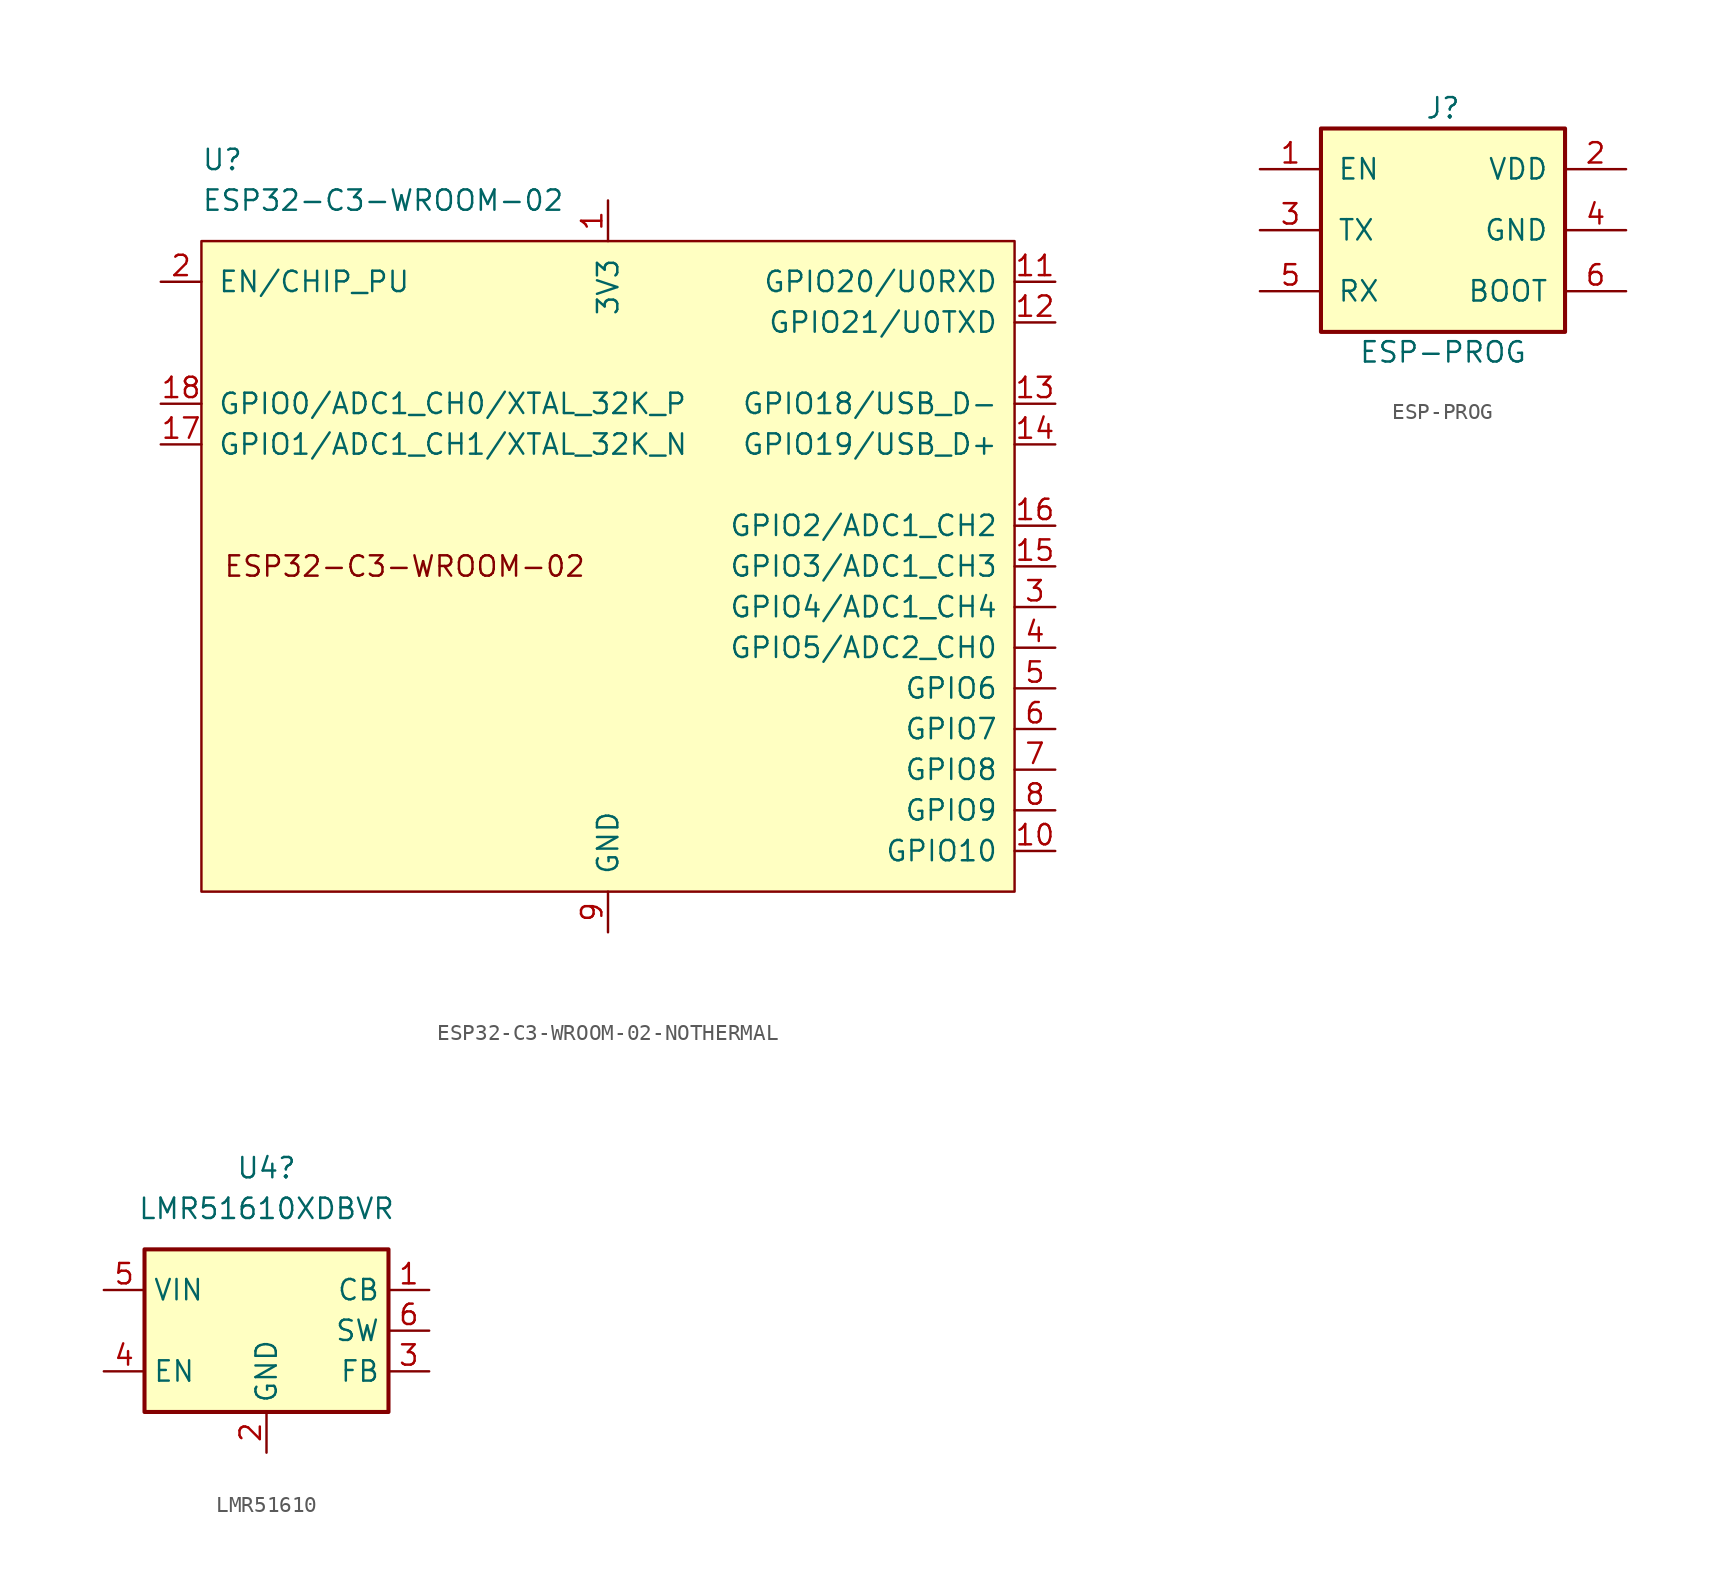
<source format=kicad_sym>
(kicad_symbol_lib
  (version 20220914)
  (generator kicad_symbol_editor)
  (symbol "ESP32-C3-WROOM-02-NOTHERMAL"
    (pin_names
      (offset 1.016))
    (property "Reference" "U"
      (at -25.4 25.4 0)
      (effects (font (size 1.27 1.27)) (justify left)))
    (property "Value" "ESP32-C3-WROOM-02"
      (at -25.4 22.86 0)
      (effects (font (size 1.27 1.27)) (justify left)))
    (symbol "ESP32-C3-WROOM-02-NOTHERMAL_0_0"
      (text "ESP32-C3-WROOM-02" (at -12.7 0 0) (effects (font (size 1.27 1.27)))))
    (symbol "ESP32-C3-WROOM-02-NOTHERMAL_0_1"
      (rectangle (start 25.4 20.32) (end -25.4 -20.32) (stroke (width 0) (type default)) (fill (type background))))
    (symbol "ESP32-C3-WROOM-02-NOTHERMAL_1_1"
      (pin power_in line (at 0 22.86 270) (length 2.54) (name "3V3" (effects (font (size 1.27 1.27)))) (number "1" (effects (font (size 1.27 1.27)))))
      (pin bidirectional line (at 27.94 -17.78 180) (length 2.54) (name "GPIO10" (effects (font (size 1.27 1.27)))) (number "10" (effects (font (size 1.27 1.27)))))
      (pin bidirectional line (at 27.94 17.78 180) (length 2.54) (name "GPIO20/U0RXD" (effects (font (size 1.27 1.27)))) (number "11" (effects (font (size 1.27 1.27)))))
      (pin bidirectional line (at 27.94 15.24 180) (length 2.54) (name "GPIO21/U0TXD" (effects (font (size 1.27 1.27)))) (number "12" (effects (font (size 1.27 1.27)))))
      (pin bidirectional line (at 27.94 10.16 180) (length 2.54) (name "GPIO18/USB_D-" (effects (font (size 1.27 1.27)))) (number "13" (effects (font (size 1.27 1.27)))))
      (pin bidirectional line (at 27.94 7.62 180) (length 2.54) (name "GPIO19/USB_D+" (effects (font (size 1.27 1.27)))) (number "14" (effects (font (size 1.27 1.27)))))
      (pin bidirectional line (at 27.94 0 180) (length 2.54) (name "GPIO3/ADC1_CH3" (effects (font (size 1.27 1.27)))) (number "15" (effects (font (size 1.27 1.27)))))
      (pin bidirectional line (at 27.94 2.54 180) (length 2.54) (name "GPIO2/ADC1_CH2" (effects (font (size 1.27 1.27)))) (number "16" (effects (font (size 1.27 1.27)))))
      (pin bidirectional line (at -27.94 7.62 0) (length 2.54) (name "GPIO1/ADC1_CH1/XTAL_32K_N" (effects (font (size 1.27 1.27)))) (number "17" (effects (font (size 1.27 1.27)))))
      (pin bidirectional line (at -27.94 10.16 0) (length 2.54) (name "GPIO0/ADC1_CH0/XTAL_32K_P" (effects (font (size 1.27 1.27)))) (number "18" (effects (font (size 1.27 1.27)))))
      (pin input line (at -27.94 17.78 0) (length 2.54) (name "EN/CHIP_PU" (effects (font (size 1.27 1.27)))) (number "2" (effects (font (size 1.27 1.27)))))
      (pin bidirectional line (at 27.94 -2.54 180) (length 2.54) (name "GPIO4/ADC1_CH4" (effects (font (size 1.27 1.27)))) (number "3" (effects (font (size 1.27 1.27)))))
      (pin bidirectional line (at 27.94 -5.08 180) (length 2.54) (name "GPIO5/ADC2_CH0" (effects (font (size 1.27 1.27)))) (number "4" (effects (font (size 1.27 1.27)))))
      (pin bidirectional line (at 27.94 -7.62 180) (length 2.54) (name "GPIO6" (effects (font (size 1.27 1.27)))) (number "5" (effects (font (size 1.27 1.27)))))
      (pin bidirectional line (at 27.94 -10.16 180) (length 2.54) (name "GPIO7" (effects (font (size 1.27 1.27)))) (number "6" (effects (font (size 1.27 1.27)))))
      (pin bidirectional line (at 27.94 -12.7 180) (length 2.54) (name "GPIO8" (effects (font (size 1.27 1.27)))) (number "7" (effects (font (size 1.27 1.27)))))
      (pin bidirectional line (at 27.94 -15.24 180) (length 2.54) (name "GPIO9" (effects (font (size 1.27 1.27)))) (number "8" (effects (font (size 1.27 1.27)))))
      (pin passive line (at 0 -22.86 90) (length 2.54) (name "GND" (effects (font (size 1.27 1.27)))) (number "9" (effects (font (size 1.27 1.27)))))))
  (symbol "ESP-PROG"
    (pin_names
      (offset 1.016))
    (property "Reference" "J"
      (at 0 7.62 0)
      (effects (font (size 1.27 1.27))))
    (property "Value" "ESP-PROG"
      (at 0 -7.62 0)
      (effects (font (size 1.27 1.27))))
    (symbol "ESP-PROG_1_1"
      (rectangle (start -7.62 6.35) (end 7.62 -6.35) (stroke (width 0.254) (type default)) (fill (type background)))
      (pin passive line (at -11.43 3.81 0) (length 3.81) (name "EN" (effects (font (size 1.27 1.27)))) (number "1" (effects (font (size 1.27 1.27)))))
      (pin power_out line (at 11.43 3.81 180) (length 3.81) (name "VDD" (effects (font (size 1.27 1.27)))) (number "2" (effects (font (size 1.27 1.27)))))
      (pin input line (at -11.43 0 0) (length 3.81) (name "TX" (effects (font (size 1.27 1.27)))) (number "3" (effects (font (size 1.27 1.27)))))
      (pin power_in line (at 11.43 0 180) (length 3.81) (name "GND" (effects (font (size 1.27 1.27)))) (number "4" (effects (font (size 1.27 1.27)))))
      (pin output line (at -11.43 -3.81 0) (length 3.81) (name "RX" (effects (font (size 1.27 1.27)))) (number "5" (effects (font (size 1.27 1.27)))))
      (pin output line (at 11.43 -3.81 180) (length 3.81) (name "BOOT" (effects (font (size 1.27 1.27)))) (number "6" (effects (font (size 1.27 1.27)))))))
  (symbol "LMR51610"
    (property "Reference" "U4"
      (at 0 10.16 0)
      (effects (font (size 1.27 1.27))))
    (property "Value" "LMR51610XDBVR"
      (at 0 7.62 0)
      (effects (font (size 1.27 1.27))))
    (symbol "LMR51610_0_1"
      (rectangle (start -7.62 5.08) (end 7.62 -5.08) (stroke (width 0.254) (type default)) (fill (type background))))
    (symbol "LMR51610_1_1"
      (pin passive line (at 10.16 2.54 180) (length 2.54) (name "CB" (effects (font (size 1.27 1.27)))) (number "1" (effects (font (size 1.27 1.27)))))
      (pin power_in line (at 0 -7.62 90) (length 2.54) (name "GND" (effects (font (size 1.27 1.27)))) (number "2" (effects (font (size 1.27 1.27)))))
      (pin input line (at 10.16 -2.54 180) (length 2.54) (name "FB" (effects (font (size 1.27 1.27)))) (number "3" (effects (font (size 1.27 1.27)))))
      (pin input line (at -10.16 -2.54 0) (length 2.54) (name "EN" (effects (font (size 1.27 1.27)))) (number "4" (effects (font (size 1.27 1.27)))))
      (pin power_in line (at -10.16 2.54 0) (length 2.54) (name "VIN" (effects (font (size 1.27 1.27)))) (number "5" (effects (font (size 1.27 1.27)))))
      (pin power_out line (at 10.16 0 180) (length 2.54) (name "SW" (effects (font (size 1.27 1.27)))) (number "6" (effects (font (size 1.27 1.27))))))))
</source>
